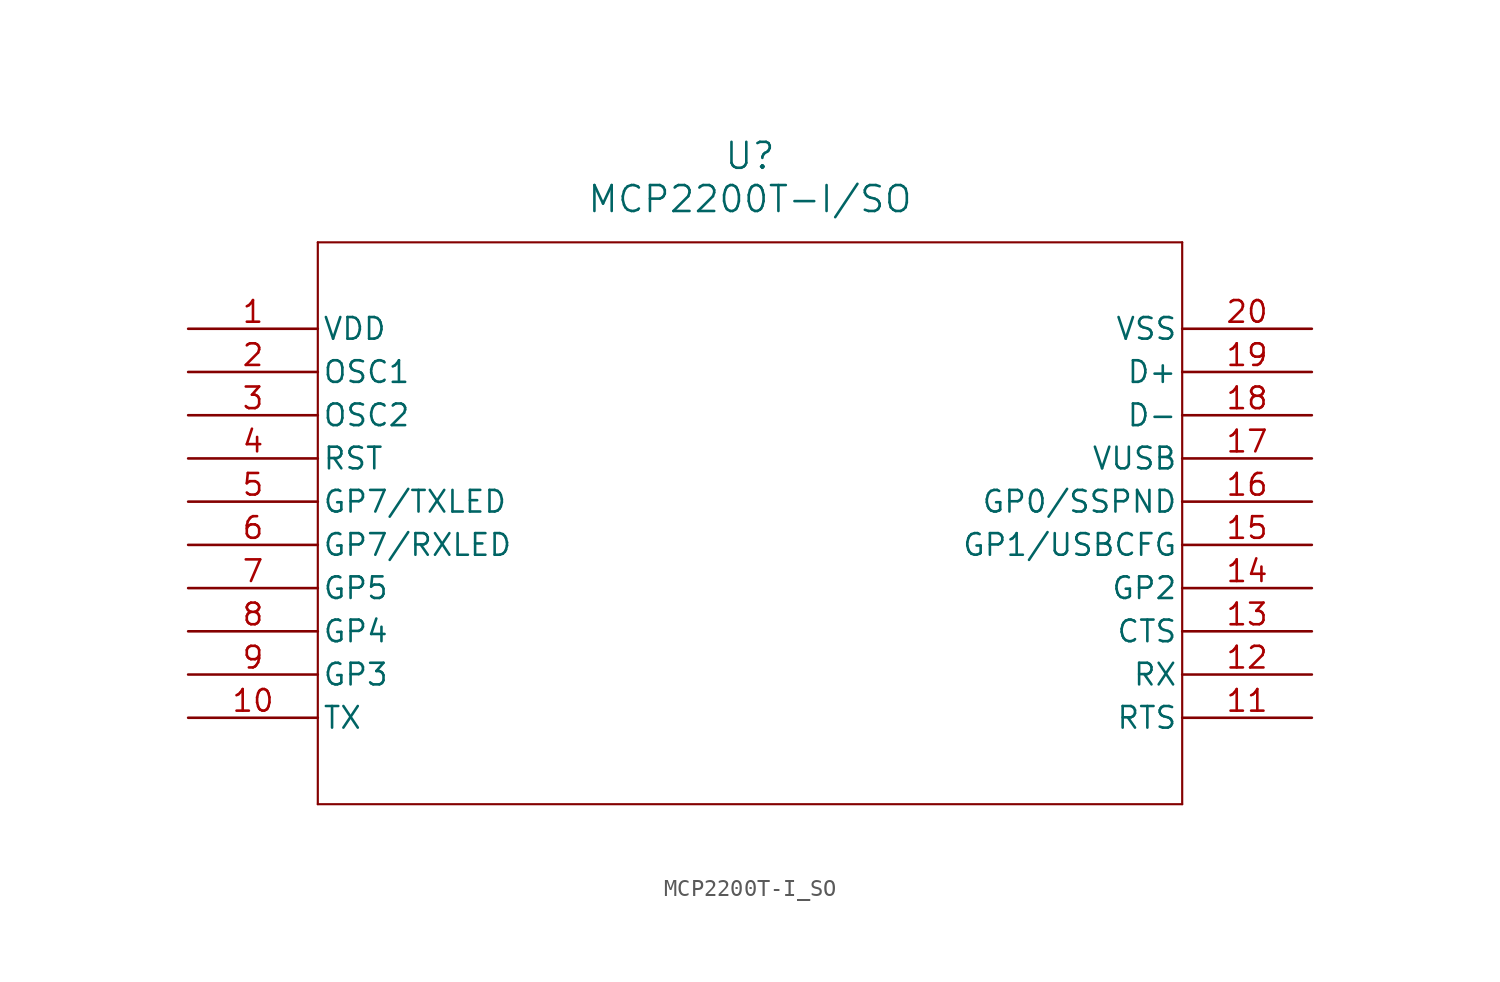
<source format=kicad_sym>
(kicad_symbol_lib
  (version 20211014)
  (generator kicad_symbol_editor)
  (symbol "MCP2200T-I_SO"
    (pin_names
      (offset 0.254))
    (property "Reference" "U"
      (at 33.02 10.16 0)
      (effects (font (size 1.524 1.524))))
    (property "Value" "MCP2200T-I/SO"
      (at 33.02 7.62 0)
      (effects (font (size 1.524 1.524))))
    (symbol "MCP2200T-I_SO_0_1"
      (polyline (pts (xy 7.62 5.08) (xy 7.62 -27.94)) (stroke (width 0.127) (type default) (color 0 0 0 0)) (fill (type none)))
      (polyline (pts (xy 7.62 -27.94) (xy 58.42 -27.94)) (stroke (width 0.127) (type default) (color 0 0 0 0)) (fill (type none)))
      (polyline (pts (xy 58.42 -27.94) (xy 58.42 5.08)) (stroke (width 0.127) (type default) (color 0 0 0 0)) (fill (type none)))
      (polyline (pts (xy 58.42 5.08) (xy 7.62 5.08)) (stroke (width 0.127) (type default) (color 0 0 0 0)) (fill (type none)))
      (pin power_in line (at 0 0 0) (length 7.62) (name "VDD" (effects (font (size 1.27 1.27)))) (number "1" (effects (font (size 1.27 1.27)))))
      (pin bidirectional line (at 0 -2.54 0) (length 7.62) (name "OSC1" (effects (font (size 1.27 1.27)))) (number "2" (effects (font (size 1.27 1.27)))))
      (pin bidirectional line (at 0 -5.08 0) (length 7.62) (name "OSC2" (effects (font (size 1.27 1.27)))) (number "3" (effects (font (size 1.27 1.27)))))
      (pin input line (at 0 -7.62 0) (length 7.62) (name "RST" (effects (font (size 1.27 1.27)))) (number "4" (effects (font (size 1.27 1.27)))))
      (pin bidirectional line (at 0 -10.16 0) (length 7.62) (name "GP7/TXLED" (effects (font (size 1.27 1.27)))) (number "5" (effects (font (size 1.27 1.27)))))
      (pin bidirectional line (at 0 -12.7 0) (length 7.62) (name "GP7/RXLED" (effects (font (size 1.27 1.27)))) (number "6" (effects (font (size 1.27 1.27)))))
      (pin bidirectional line (at 0 -15.24 0) (length 7.62) (name "GP5" (effects (font (size 1.27 1.27)))) (number "7" (effects (font (size 1.27 1.27)))))
      (pin bidirectional line (at 0 -17.78 0) (length 7.62) (name "GP4" (effects (font (size 1.27 1.27)))) (number "8" (effects (font (size 1.27 1.27)))))
      (pin bidirectional line (at 0 -20.32 0) (length 7.62) (name "GP3" (effects (font (size 1.27 1.27)))) (number "9" (effects (font (size 1.27 1.27)))))
      (pin output line (at 0 -22.86 0) (length 7.62) (name "TX" (effects (font (size 1.27 1.27)))) (number "10" (effects (font (size 1.27 1.27)))))
      (pin output line (at 66.04 -22.86 180) (length 7.62) (name "RTS" (effects (font (size 1.27 1.27)))) (number "11" (effects (font (size 1.27 1.27)))))
      (pin input line (at 66.04 -20.32 180) (length 7.62) (name "RX" (effects (font (size 1.27 1.27)))) (number "12" (effects (font (size 1.27 1.27)))))
      (pin input line (at 66.04 -17.78 180) (length 7.62) (name "CTS" (effects (font (size 1.27 1.27)))) (number "13" (effects (font (size 1.27 1.27)))))
      (pin bidirectional line (at 66.04 -15.24 180) (length 7.62) (name "GP2" (effects (font (size 1.27 1.27)))) (number "14" (effects (font (size 1.27 1.27)))))
      (pin bidirectional line (at 66.04 -12.7 180) (length 7.62) (name "GP1/USBCFG" (effects (font (size 1.27 1.27)))) (number "15" (effects (font (size 1.27 1.27)))))
      (pin bidirectional line (at 66.04 -10.16 180) (length 7.62) (name "GP0/SSPND" (effects (font (size 1.27 1.27)))) (number "16" (effects (font (size 1.27 1.27)))))
      (pin power_in line (at 66.04 -7.62 180) (length 7.62) (name "VUSB" (effects (font (size 1.27 1.27)))) (number "17" (effects (font (size 1.27 1.27)))))
      (pin bidirectional line (at 66.04 -5.08 180) (length 7.62) (name "D-" (effects (font (size 1.27 1.27)))) (number "18" (effects (font (size 1.27 1.27)))))
      (pin bidirectional line (at 66.04 -2.54 180) (length 7.62) (name "D+" (effects (font (size 1.27 1.27)))) (number "19" (effects (font (size 1.27 1.27)))))
      (pin power_out line (at 66.04 0 180) (length 7.62) (name "VSS" (effects (font (size 1.27 1.27)))) (number "20" (effects (font (size 1.27 1.27))))))))
</source>
